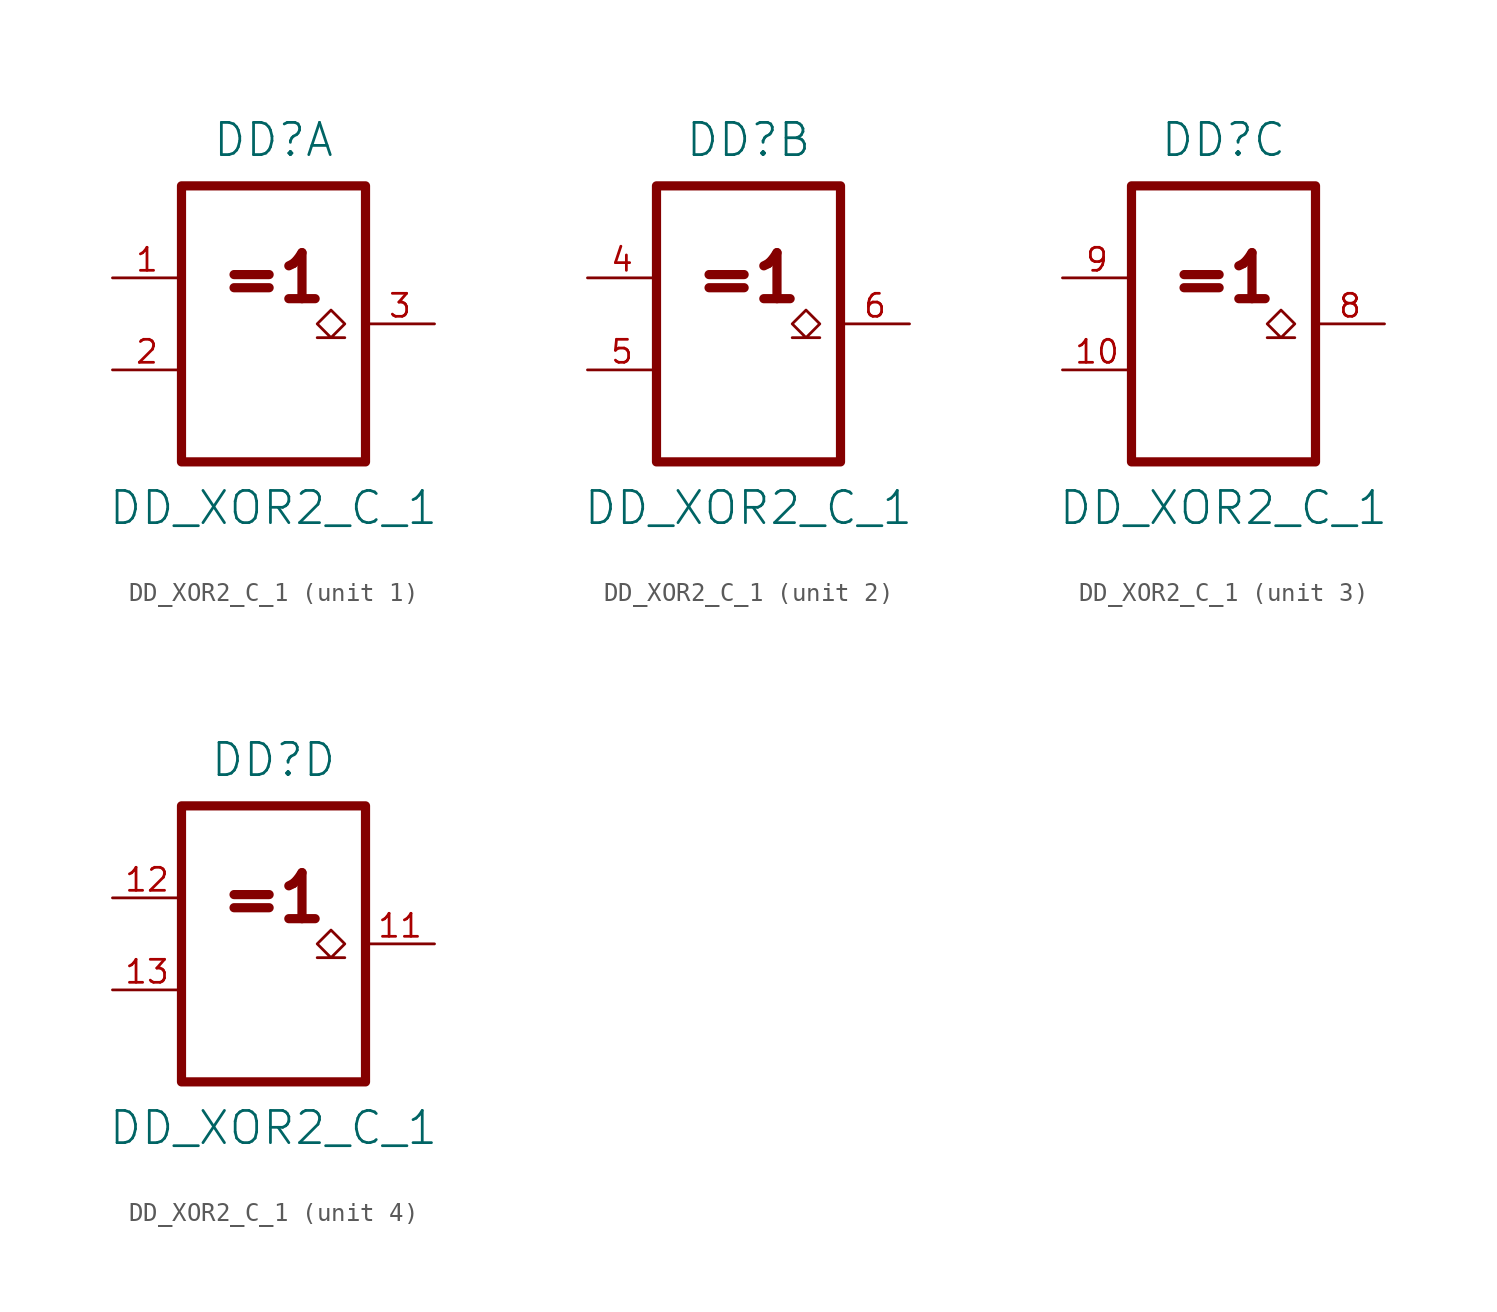
<source format=kicad_sym>
(kicad_symbol_lib
  (version 20211014)
  (generator kicad_symbol_editor)
  (symbol "DD_XOR2_C_1"
    (pin_names
      (offset 1.27))
    (property "Reference" "DD"
      (at 0 10.16 0)
      (effects (font (size 1.778 1.778))))
    (property "Value" "DD_XOR2_C_1"
      (at 0 -10.16 0)
      (effects (font (size 1.778 1.778))))
    (symbol "DD_XOR2_C_1_0_0"
      (text "=1" (at 0 2.54 0) (effects (font (size 2.54 2.54) bold))))
    (symbol "DD_XOR2_C_1_0_1"
      (rectangle (start -5.08 7.62) (end 5.08 -7.62) (stroke (width 0.508) (type default) (color 0 0 0 0)) (fill (type none)))
      (polyline (pts (xy 2.413 -0.762) (xy 3.175 -0.762) (xy 2.413 0) (xy 3.175 0.762) (xy 3.937 0) (xy 3.175 -0.762) (xy 3.937 -0.762)) (stroke (width 0) (type default) (color 0 0 0 0)) (fill (type none)))
      (pin power_in non_logic (at 8.89 5.08 180) (length 3.81) hide (name "VCC" (effects (font (size 1.27 1.27)))) (number "14" (effects (font (size 1.27 1.27)))))
      (pin power_in non_logic (at 8.89 -5.08 180) (length 3.81) hide (name "GND" (effects (font (size 1.27 1.27)))) (number "7" (effects (font (size 1.27 1.27))))))
    (symbol "DD_XOR2_C_1_1_1"
      (pin input line (at -8.89 2.54 0) (length 3.81) (name "~" (effects (font (size 1.778 1.778)))) (number "1" (effects (font (size 1.27 1.27)))))
      (pin input line (at -8.89 -2.54 0) (length 3.81) (name "~" (effects (font (size 1.778 1.778)))) (number "2" (effects (font (size 1.27 1.27)))))
      (pin output line (at 8.89 0 180) (length 3.81) (name "~" (effects (font (size 1.778 1.778)))) (number "3" (effects (font (size 1.27 1.27))))))
    (symbol "DD_XOR2_C_1_2_1"
      (pin input line (at -8.89 2.54 0) (length 3.81) (name "~" (effects (font (size 1.778 1.778)))) (number "4" (effects (font (size 1.27 1.27)))))
      (pin input line (at -8.89 -2.54 0) (length 3.81) (name "~" (effects (font (size 1.778 1.778)))) (number "5" (effects (font (size 1.27 1.27)))))
      (pin output line (at 8.89 0 180) (length 3.81) (name "~" (effects (font (size 1.778 1.778)))) (number "6" (effects (font (size 1.27 1.27))))))
    (symbol "DD_XOR2_C_1_3_1"
      (pin input line (at -8.89 -2.54 0) (length 3.81) (name "~" (effects (font (size 1.778 1.778)))) (number "10" (effects (font (size 1.27 1.27)))))
      (pin output line (at 8.89 0 180) (length 3.81) (name "~" (effects (font (size 1.778 1.778)))) (number "8" (effects (font (size 1.27 1.27)))))
      (pin input line (at -8.89 2.54 0) (length 3.81) (name "~" (effects (font (size 1.778 1.778)))) (number "9" (effects (font (size 1.27 1.27))))))
    (symbol "DD_XOR2_C_1_4_1"
      (pin output line (at 8.89 0 180) (length 3.81) (name "~" (effects (font (size 1.778 1.778)))) (number "11" (effects (font (size 1.27 1.27)))))
      (pin input line (at -8.89 2.54 0) (length 3.81) (name "~" (effects (font (size 1.778 1.778)))) (number "12" (effects (font (size 1.27 1.27)))))
      (pin input line (at -8.89 -2.54 0) (length 3.81) (name "~" (effects (font (size 1.778 1.778)))) (number "13" (effects (font (size 1.27 1.27))))))))
</source>
